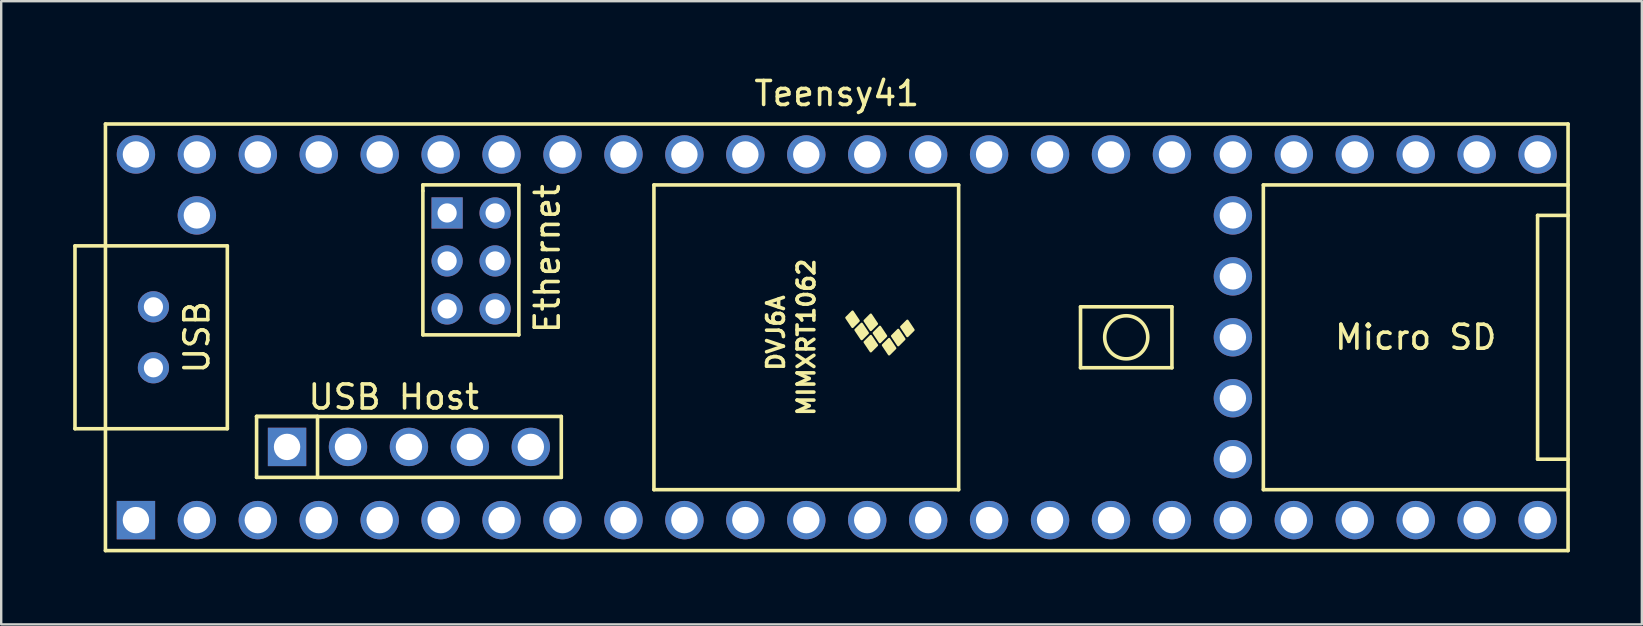
<source format=kicad_pcb>
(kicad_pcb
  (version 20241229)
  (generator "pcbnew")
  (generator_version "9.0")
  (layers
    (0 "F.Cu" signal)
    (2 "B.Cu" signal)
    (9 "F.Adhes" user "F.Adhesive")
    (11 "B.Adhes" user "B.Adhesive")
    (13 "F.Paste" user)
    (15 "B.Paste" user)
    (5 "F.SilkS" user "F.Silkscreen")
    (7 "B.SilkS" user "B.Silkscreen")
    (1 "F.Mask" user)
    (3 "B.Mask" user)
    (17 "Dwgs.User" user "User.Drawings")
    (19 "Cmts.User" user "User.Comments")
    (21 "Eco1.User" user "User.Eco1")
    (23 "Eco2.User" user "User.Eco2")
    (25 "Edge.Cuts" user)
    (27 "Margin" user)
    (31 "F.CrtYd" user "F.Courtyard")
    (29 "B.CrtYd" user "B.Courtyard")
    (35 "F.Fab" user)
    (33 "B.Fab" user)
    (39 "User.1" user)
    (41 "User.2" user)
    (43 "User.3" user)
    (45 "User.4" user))
  (footprint "Teensy41"
    (layer "F.Cu")
    (at 31.825 11.008)
    (property "Reference" "Teensy41" (at 0 -10.16 0) (layer "F.SilkS") (effects (font (size 1 1) (thickness 0.15))))
    (attr through_hole)
    (fp_line (start -31.75 -3.81) (end -30.48 -3.81) (stroke (width 0.15) (type solid)) (layer "F.SilkS"))
    (fp_line (start -31.75 3.81) (end -31.75 -3.81) (stroke (width 0.15) (type solid)) (layer "F.SilkS"))
    (fp_line (start -30.48 -8.89) (end 30.48 -8.89) (stroke (width 0.15) (type solid)) (layer "F.SilkS"))
    (fp_line (start -30.48 3.81) (end -31.75 3.81) (stroke (width 0.15) (type solid)) (layer "F.SilkS"))
    (fp_line (start -30.48 8.89) (end -30.48 -8.89) (stroke (width 0.15) (type solid)) (layer "F.SilkS"))
    (fp_line (start -25.4 -3.81) (end -30.48 -3.81) (stroke (width 0.15) (type solid)) (layer "F.SilkS"))
    (fp_line (start -25.4 3.81) (end -30.48 3.81) (stroke (width 0.15) (type solid)) (layer "F.SilkS"))
    (fp_line (start -25.4 3.81) (end -25.4 -3.81) (stroke (width 0.15) (type solid)) (layer "F.SilkS"))
    (fp_line (start -24.181 3.299) (end -21.641 3.299) (stroke (width 0.15) (type solid)) (layer "F.SilkS"))
    (fp_line (start -24.181 3.299) (end -11.481 3.299) (stroke (width 0.15) (type solid)) (layer "F.SilkS"))
    (fp_line (start -24.181 5.839) (end -24.181 3.299) (stroke (width 0.15) (type solid)) (layer "F.SilkS"))
    (fp_line (start -21.641 3.299) (end -21.641 5.839) (stroke (width 0.15) (type solid)) (layer "F.SilkS"))
    (fp_line (start -17.25 -6.352) (end -17.25 -6.102) (stroke (width 0.15) (type solid)) (layer "F.SilkS"))
    (fp_line (start -17.25 -6.102) (end -17.25 -0.102) (stroke (width 0.15) (type solid)) (layer "F.SilkS"))
    (fp_line (start -17.25 -0.102) (end -13.25 -0.102) (stroke (width 0.15) (type solid)) (layer "F.SilkS"))
    (fp_line (start -13.25 -6.352) (end -17.25 -6.352) (stroke (width 0.15) (type solid)) (layer "F.SilkS"))
    (fp_line (start -13.25 -0.102) (end -13.25 -6.352) (stroke (width 0.15) (type solid)) (layer "F.SilkS"))
    (fp_line (start -11.481 3.299) (end -11.481 5.839) (stroke (width 0.15) (type solid)) (layer "F.SilkS"))
    (fp_line (start -11.481 5.839) (end -24.181 5.839) (stroke (width 0.15) (type solid)) (layer "F.SilkS"))
    (fp_line (start -7.62 -6.35) (end -7.62 6.35) (stroke (width 0.15) (type solid)) (layer "F.SilkS"))
    (fp_line (start -7.62 6.35) (end 5.08 6.35) (stroke (width 0.15) (type solid)) (layer "F.SilkS"))
    (fp_line (start 5.08 -6.35) (end -7.62 -6.35) (stroke (width 0.15) (type solid)) (layer "F.SilkS"))
    (fp_line (start 5.08 6.35) (end 5.08 -6.35) (stroke (width 0.15) (type solid)) (layer "F.SilkS"))
    (fp_line (start 10.16 -1.27) (end 13.97 -1.27) (stroke (width 0.15) (type solid)) (layer "F.SilkS"))
    (fp_line (start 10.16 1.27) (end 10.16 -1.27) (stroke (width 0.15) (type solid)) (layer "F.SilkS"))
    (fp_line (start 13.97 -1.27) (end 13.97 1.27) (stroke (width 0.15) (type solid)) (layer "F.SilkS"))
    (fp_line (start 13.97 1.27) (end 10.16 1.27) (stroke (width 0.15) (type solid)) (layer "F.SilkS"))
    (fp_line (start 17.78 -6.35) (end 17.78 6.35) (stroke (width 0.15) (type solid)) (layer "F.SilkS"))
    (fp_line (start 17.78 6.35) (end 30.48 6.35) (stroke (width 0.15) (type solid)) (layer "F.SilkS"))
    (fp_line (start 29.21 -5.08) (end 29.21 5.08) (stroke (width 0.15) (type solid)) (layer "F.SilkS"))
    (fp_line (start 29.21 5.08) (end 30.48 5.08) (stroke (width 0.15) (type solid)) (layer "F.SilkS"))
    (fp_line (start 30.48 -8.89) (end 30.48 8.89) (stroke (width 0.15) (type solid)) (layer "F.SilkS"))
    (fp_line (start 30.48 -6.35) (end 17.78 -6.35) (stroke (width 0.15) (type solid)) (layer "F.SilkS"))
    (fp_line (start 30.48 -5.08) (end 29.21 -5.08) (stroke (width 0.15) (type solid)) (layer "F.SilkS"))
    (fp_line (start 30.48 8.89) (end -30.48 8.89) (stroke (width 0.15) (type solid)) (layer "F.SilkS"))
    (fp_circle (center 12.065 0) (end 12.7 -0.635) (stroke (width 0.15) (type solid)) (fill no) (layer "F.SilkS"))
    (fp_poly (pts (xy 0.911 -0.688) (xy 0.657 -0.434) (xy 0.403 -0.815) (xy 0.657 -1.069)) (stroke (width 0.1) (type solid)) (fill yes) (layer "F.SilkS"))
    (fp_poly (pts (xy 1.292 -0.18) (xy 1.038 0.074) (xy 0.784 -0.307) (xy 1.038 -0.561)) (stroke (width 0.1) (type solid)) (fill yes) (layer "F.SilkS"))
    (fp_poly (pts (xy 1.673 -0.561) (xy 1.419 -0.307) (xy 1.165 -0.688) (xy 1.419 -0.942)) (stroke (width 0.1) (type solid)) (fill yes) (layer "F.SilkS"))
    (fp_poly (pts (xy 1.673 0.328) (xy 1.419 0.582) (xy 1.165 0.201) (xy 1.419 -0.053)) (stroke (width 0.1) (type solid)) (fill yes) (layer "F.SilkS"))
    (fp_poly (pts (xy 2.054 -0.053) (xy 1.8 0.201) (xy 1.546 -0.18) (xy 1.8 -0.434)) (stroke (width 0.1) (type solid)) (fill yes) (layer "F.SilkS"))
    (fp_poly (pts (xy 2.435 0.455) (xy 2.181 0.709) (xy 1.927 0.328) (xy 2.181 0.074)) (stroke (width 0.1) (type solid)) (fill yes) (layer "F.SilkS"))
    (fp_poly (pts (xy 2.816 0.074) (xy 2.562 0.328) (xy 2.308 -0.053) (xy 2.562 -0.307)) (stroke (width 0.1) (type solid)) (fill yes) (layer "F.SilkS"))
    (fp_poly (pts (xy 3.197 -0.307) (xy 2.943 -0.053) (xy 2.689 -0.434) (xy 2.943 -0.688)) (stroke (width 0.1) (type solid)) (fill yes) (layer "F.SilkS"))
    (fp_text user "DVJ6A" (at -2.54 -0.18 270) (layer "F.SilkS") (effects (font (size 0.7 0.7) (thickness 0.15))))
    (fp_text user "Ethernet" (at -12.065 -3.277 90) (layer "F.SilkS") (effects (font (size 1 1) (thickness 0.15))))
    (fp_text user "Micro SD" (at 24.13 0 0) (layer "F.SilkS") (effects (font (size 1 1) (thickness 0.15))))
    (fp_text user "USB" (at -26.67 0 270) (layer "F.SilkS") (effects (font (size 1 1) (thickness 0.15))))
    (fp_text user "MIMXRT1062" (at -1.27 0 270) (layer "F.SilkS") (effects (font (size 0.7 0.7) (thickness 0.15))))
    (fp_text user "USB Host" (at -18.466 2.489 0) (layer "F.SilkS") (effects (font (size 1 1) (thickness 0.15))))
    (pad "1" thru_hole rect (at -29.21 7.62) (size 1.6 1.6) (drill 1.1) (layers "*.Cu" "*.Mask"))
    (pad "2" thru_hole circle (at -26.67 7.62) (size 1.6 1.6) (drill 1.1) (layers "*.Cu" "*.Mask"))
    (pad "3" thru_hole circle (at -24.13 7.62) (size 1.6 1.6) (drill 1.1) (layers "*.Cu" "*.Mask"))
    (pad "4" thru_hole circle (at -21.59 7.62) (size 1.6 1.6) (drill 1.1) (layers "*.Cu" "*.Mask"))
    (pad "5" thru_hole circle (at -19.05 7.62) (size 1.6 1.6) (drill 1.1) (layers "*.Cu" "*.Mask"))
    (pad "6" thru_hole circle (at -16.51 7.62) (size 1.6 1.6) (drill 1.1) (layers "*.Cu" "*.Mask"))
    (pad "7" thru_hole circle (at -13.97 7.62) (size 1.6 1.6) (drill 1.1) (layers "*.Cu" "*.Mask"))
    (pad "8" thru_hole circle (at -11.43 7.62) (size 1.6 1.6) (drill 1.1) (layers "*.Cu" "*.Mask"))
    (pad "9" thru_hole circle (at -8.89 7.62) (size 1.6 1.6) (drill 1.1) (layers "*.Cu" "*.Mask"))
    (pad "10" thru_hole circle (at -6.35 7.62) (size 1.6 1.6) (drill 1.1) (layers "*.Cu" "*.Mask"))
    (pad "11" thru_hole circle (at -3.81 7.62) (size 1.6 1.6) (drill 1.1) (layers "*.Cu" "*.Mask"))
    (pad "12" thru_hole circle (at -1.27 7.62) (size 1.6 1.6) (drill 1.1) (layers "*.Cu" "*.Mask"))
    (pad "13" thru_hole circle (at 1.27 7.62) (size 1.6 1.6) (drill 1.1) (layers "*.Cu" "*.Mask"))
    (pad "14" thru_hole circle (at 3.81 7.62) (size 1.6 1.6) (drill 1.1) (layers "*.Cu" "*.Mask"))
    (pad "15" thru_hole circle (at 6.35 7.62) (size 1.6 1.6) (drill 1.1) (layers "*.Cu" "*.Mask"))
    (pad "16" thru_hole circle (at 8.89 7.62) (size 1.6 1.6) (drill 1.1) (layers "*.Cu" "*.Mask"))
    (pad "17" thru_hole circle (at 11.43 7.62) (size 1.6 1.6) (drill 1.1) (layers "*.Cu" "*.Mask"))
    (pad "18" thru_hole circle (at 13.97 7.62) (size 1.6 1.6) (drill 1.1) (layers "*.Cu" "*.Mask"))
    (pad "19" thru_hole circle (at 16.51 7.62) (size 1.6 1.6) (drill 1.1) (layers "*.Cu" "*.Mask"))
    (pad "20" thru_hole circle (at 19.05 7.62) (size 1.6 1.6) (drill 1.1) (layers "*.Cu" "*.Mask"))
    (pad "21" thru_hole circle (at 21.59 7.62) (size 1.6 1.6) (drill 1.1) (layers "*.Cu" "*.Mask"))
    (pad "22" thru_hole circle (at 24.13 7.62) (size 1.6 1.6) (drill 1.1) (layers "*.Cu" "*.Mask"))
    (pad "23" thru_hole circle (at 26.67 7.62) (size 1.6 1.6) (drill 1.1) (layers "*.Cu" "*.Mask"))
    (pad "24" thru_hole circle (at 29.21 7.62) (size 1.6 1.6) (drill 1.1) (layers "*.Cu" "*.Mask"))
    (pad "25" thru_hole circle (at 29.21 -7.62) (size 1.6 1.6) (drill 1.1) (layers "*.Cu" "*.Mask"))
    (pad "26" thru_hole circle (at 26.67 -7.62) (size 1.6 1.6) (drill 1.1) (layers "*.Cu" "*.Mask"))
    (pad "27" thru_hole circle (at 24.13 -7.62) (size 1.6 1.6) (drill 1.1) (layers "*.Cu" "*.Mask"))
    (pad "28" thru_hole circle (at 21.59 -7.62) (size 1.6 1.6) (drill 1.1) (layers "*.Cu" "*.Mask"))
    (pad "29" thru_hole circle (at 19.05 -7.62) (size 1.6 1.6) (drill 1.1) (layers "*.Cu" "*.Mask"))
    (pad "30" thru_hole circle (at 16.51 -7.62) (size 1.6 1.6) (drill 1.1) (layers "*.Cu" "*.Mask"))
    (pad "31" thru_hole circle (at 13.97 -7.62) (size 1.6 1.6) (drill 1.1) (layers "*.Cu" "*.Mask"))
    (pad "32" thru_hole circle (at 11.43 -7.62) (size 1.6 1.6) (drill 1.1) (layers "*.Cu" "*.Mask"))
    (pad "33" thru_hole circle (at 8.89 -7.62) (size 1.6 1.6) (drill 1.1) (layers "*.Cu" "*.Mask"))
    (pad "34" thru_hole circle (at 6.35 -7.62) (size 1.6 1.6) (drill 1.1) (layers "*.Cu" "*.Mask"))
    (pad "35" thru_hole circle (at 3.81 -7.62) (size 1.6 1.6) (drill 1.1) (layers "*.Cu" "*.Mask"))
    (pad "36" thru_hole circle (at 1.27 -7.62) (size 1.6 1.6) (drill 1.1) (layers "*.Cu" "*.Mask"))
    (pad "37" thru_hole circle (at -1.27 -7.62) (size 1.6 1.6) (drill 1.1) (layers "*.Cu" "*.Mask"))
    (pad "38" thru_hole circle (at -3.81 -7.62) (size 1.6 1.6) (drill 1.1) (layers "*.Cu" "*.Mask"))
    (pad "39" thru_hole circle (at -6.35 -7.62) (size 1.6 1.6) (drill 1.1) (layers "*.Cu" "*.Mask"))
    (pad "40" thru_hole circle (at -8.89 -7.62) (size 1.6 1.6) (drill 1.1) (layers "*.Cu" "*.Mask"))
    (pad "41" thru_hole circle (at -11.43 -7.62) (size 1.6 1.6) (drill 1.1) (layers "*.Cu" "*.Mask"))
    (pad "42" thru_hole circle (at -13.97 -7.62) (size 1.6 1.6) (drill 1.1) (layers "*.Cu" "*.Mask"))
    (pad "43" thru_hole circle (at -16.51 -7.62) (size 1.6 1.6) (drill 1.1) (layers "*.Cu" "*.Mask"))
    (pad "44" thru_hole circle (at -19.05 -7.62) (size 1.6 1.6) (drill 1.1) (layers "*.Cu" "*.Mask"))
    (pad "45" thru_hole circle (at -21.59 -7.62) (size 1.6 1.6) (drill 1.1) (layers "*.Cu" "*.Mask"))
    (pad "46" thru_hole circle (at -24.13 -7.62) (size 1.6 1.6) (drill 1.1) (layers "*.Cu" "*.Mask"))
    (pad "47" thru_hole circle (at -26.67 -7.62) (size 1.6 1.6) (drill 1.1) (layers "*.Cu" "*.Mask"))
    (pad "48" thru_hole circle (at -29.21 -7.62) (size 1.6 1.6) (drill 1.1) (layers "*.Cu" "*.Mask"))
    (pad "49" thru_hole circle (at -26.67 -5.08) (size 1.6 1.6) (drill 1.1) (layers "*.Cu" "*.Mask"))
    (pad "50" thru_hole circle (at 16.51 5.08) (size 1.6 1.6) (drill 1.1) (layers "*.Cu" "*.Mask"))
    (pad "51" thru_hole circle (at 16.51 2.54) (size 1.6 1.6) (drill 1.1) (layers "*.Cu" "*.Mask"))
    (pad "52" thru_hole circle (at 16.51 0) (size 1.6 1.6) (drill 1.1) (layers "*.Cu" "*.Mask"))
    (pad "53" thru_hole circle (at 16.51 -2.54) (size 1.6 1.6) (drill 1.1) (layers "*.Cu" "*.Mask"))
    (pad "54" thru_hole circle (at 16.51 -5.08) (size 1.6 1.6) (drill 1.1) (layers "*.Cu" "*.Mask"))
    (pad "55" thru_hole rect (at -22.911 4.569) (size 1.6 1.6) (drill 1.1) (layers "*.Cu" "*.Mask"))
    (pad "56" thru_hole circle (at -20.371 4.569) (size 1.6 1.6) (drill 1.1) (layers "*.Cu" "*.Mask"))
    (pad "57" thru_hole circle (at -17.831 4.569) (size 1.6 1.6) (drill 1.1) (layers "*.Cu" "*.Mask"))
    (pad "58" thru_hole circle (at -15.291 4.569) (size 1.6 1.6) (drill 1.1) (layers "*.Cu" "*.Mask"))
    (pad "59" thru_hole circle (at -12.751 4.569) (size 1.6 1.6) (drill 1.1) (layers "*.Cu" "*.Mask"))
    (pad "60" thru_hole rect (at -16.24 -5.182) (size 1.3 1.3) (drill 0.8) (layers "*.Cu" "*.Mask"))
    (pad "61" thru_hole circle (at -16.24 -3.182) (size 1.3 1.3) (drill 0.8) (layers "*.Cu" "*.Mask"))
    (pad "62" thru_hole circle (at -16.24 -1.182) (size 1.3 1.3) (drill 0.8) (layers "*.Cu" "*.Mask"))
    (pad "63" thru_hole circle (at -14.24 -1.182) (size 1.3 1.3) (drill 0.8) (layers "*.Cu" "*.Mask"))
    (pad "64" thru_hole circle (at -14.24 -3.182) (size 1.3 1.3) (drill 0.8) (layers "*.Cu" "*.Mask"))
    (pad "65" thru_hole circle (at -14.24 -5.182) (size 1.3 1.3) (drill 0.8) (layers "*.Cu" "*.Mask"))
    (pad "66" thru_hole circle (at -28.48 -1.27) (size 1.3 1.3) (drill 0.8) (layers "*.Cu" "*.Mask"))
    (pad "67" thru_hole circle (at -28.48 1.27) (size 1.3 1.3) (drill 0.8) (layers "*.Cu" "*.Mask")))
  (gr_rect
    (start -3 -3)
    (end 65.38 22.973)
    (stroke (width 0.1) (type default))
    (fill no)
    (layer "Edge.Cuts")))
</source>
